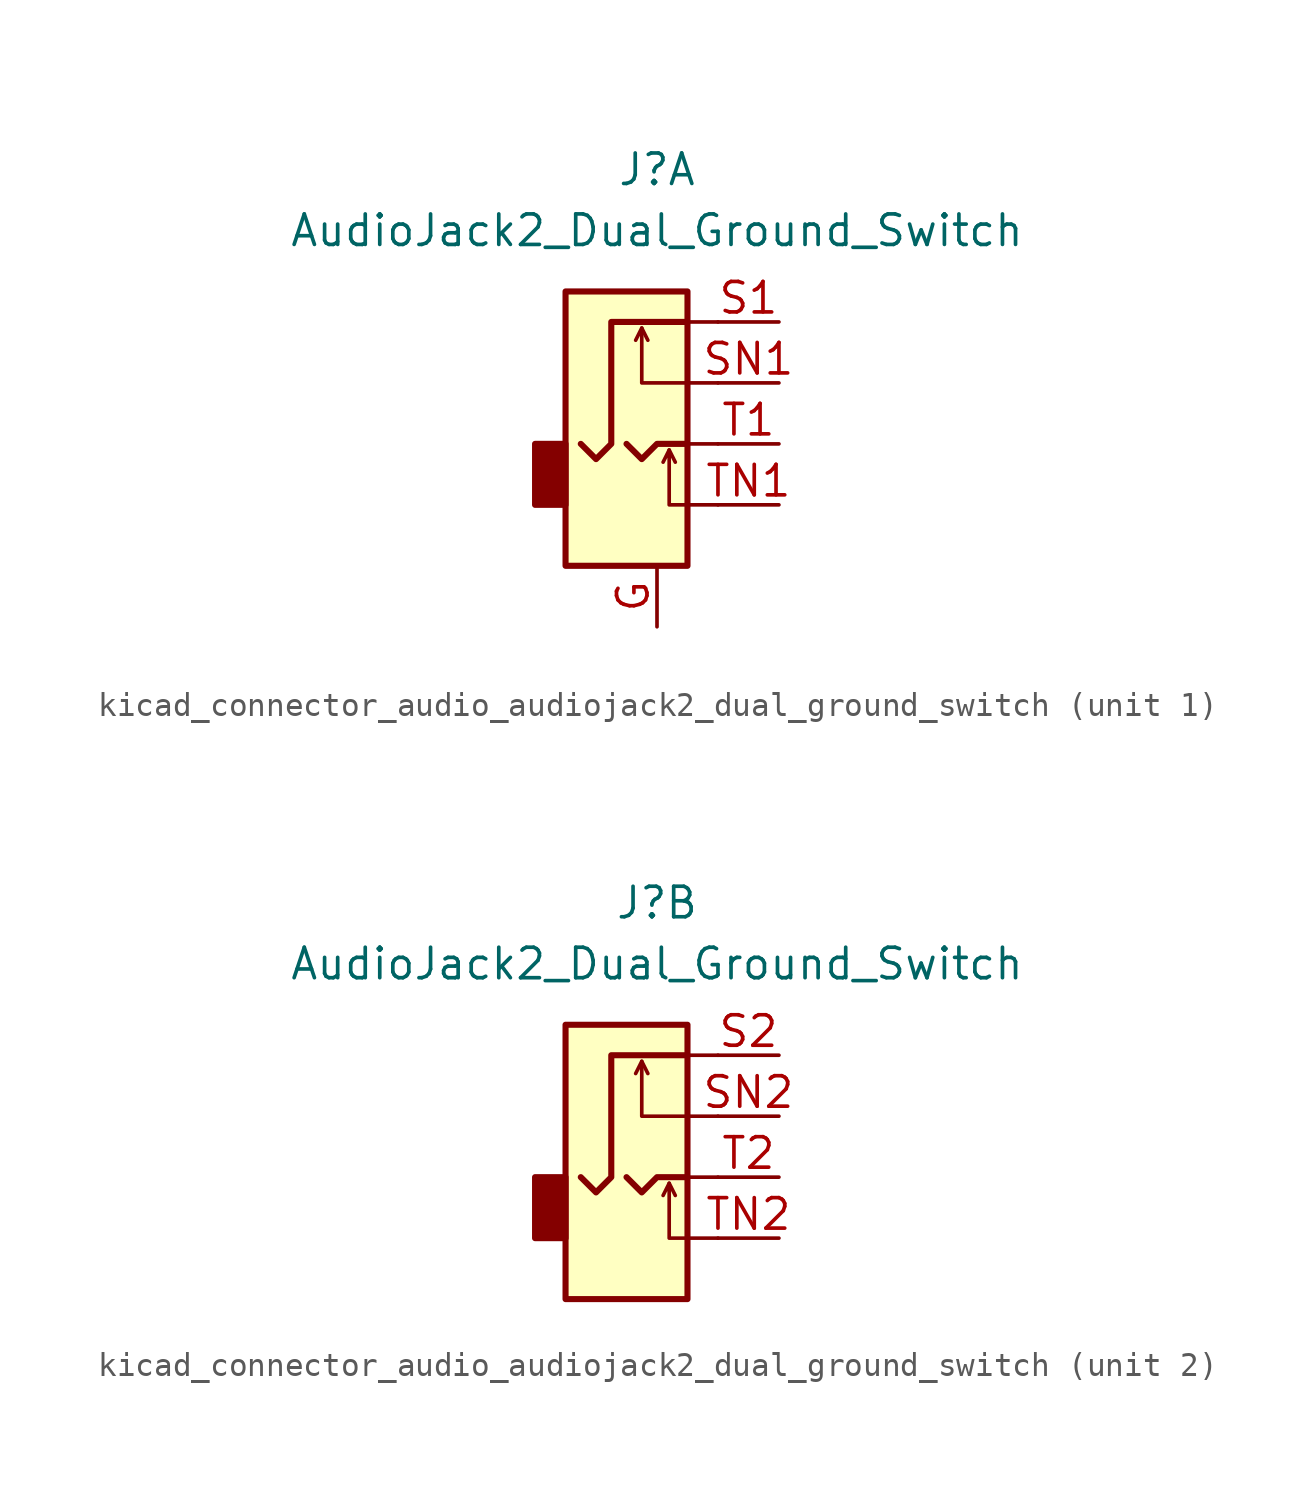
<source format=kicad_sym>
(kicad_symbol_lib
  (version 20220914)
  (generator kicad_symbol_editor)
  (symbol "kicad_connector_audio_audiojack2_dual_ground_switch"
    (property "Reference" "J"
      (at 0 11.43 0)
      (effects (font (size 1.27 1.27))))
    (property "Value" "AudioJack2_Dual_Ground_Switch"
      (at 0 8.89 0)
      (effects (font (size 1.27 1.27))))
    (symbol "kicad_connector_audio_audiojack2_dual_ground_switch_0_1"
      (rectangle (start -5.08 0) (end -3.81 -2.54) (stroke (width 0.254) (type default)) (fill (type outline)))
      (polyline (pts (xy -0.635 4.826) (xy -0.381 4.318)) (stroke (width 0) (type default)) (fill (type none)))
      (polyline (pts (xy 0.508 -0.254) (xy 0.762 -0.762)) (stroke (width 0) (type default)) (fill (type none)))
      (polyline (pts (xy 1.27 -2.54) (xy 2.54 -2.54)) (stroke (width 0) (type default)) (fill (type none)))
      (polyline (pts (xy 1.27 2.54) (xy 2.54 2.54)) (stroke (width 0) (type default)) (fill (type none)))
      (polyline (pts (xy 2.54 0) (xy 1.27 0)) (stroke (width 0) (type default)) (fill (type none)))
      (polyline (pts (xy 2.54 5.08) (xy 1.27 5.08)) (stroke (width 0) (type default)) (fill (type none)))
      (polyline (pts (xy -1.27 0) (xy -0.635 -0.635) (xy 0 0) (xy 1.27 0)) (stroke (width 0.254) (type default)) (fill (type none)))
      (polyline (pts (xy 1.27 -2.54) (xy 0.508 -2.54) (xy 0.508 -0.254) (xy 0.254 -0.762)) (stroke (width 0) (type default)) (fill (type none)))
      (polyline (pts (xy 1.27 2.54) (xy -0.635 2.54) (xy -0.635 4.826) (xy -0.889 4.318)) (stroke (width 0) (type default)) (fill (type none)))
      (polyline (pts (xy 1.27 5.08) (xy -1.905 5.08) (xy -1.905 0) (xy -2.54 -0.635) (xy -3.175 0)) (stroke (width 0.254) (type default)) (fill (type none)))
      (rectangle (start 1.27 6.35) (end -3.81 -5.08) (stroke (width 0.254) (type default)) (fill (type background))))
    (symbol "kicad_connector_audio_audiojack2_dual_ground_switch_1_1"
      (pin passive line (at 0 -7.62 90) (length 2.54) (name "~" (effects (font (size 1.27 1.27)))) (number "G" (effects (font (size 1.27 1.27)))))
      (pin passive line (at 5.08 5.08 180) (length 2.54) (name "~" (effects (font (size 1.27 1.27)))) (number "S1" (effects (font (size 1.27 1.27)))))
      (pin passive line (at 5.08 2.54 180) (length 2.54) (name "~" (effects (font (size 1.27 1.27)))) (number "SN1" (effects (font (size 1.27 1.27)))))
      (pin passive line (at 5.08 0 180) (length 2.54) (name "~" (effects (font (size 1.27 1.27)))) (number "T1" (effects (font (size 1.27 1.27)))))
      (pin passive line (at 5.08 -2.54 180) (length 2.54) (name "~" (effects (font (size 1.27 1.27)))) (number "TN1" (effects (font (size 1.27 1.27))))))
    (symbol "kicad_connector_audio_audiojack2_dual_ground_switch_2_1"
      (pin passive line (at 5.08 5.08 180) (length 2.54) (name "~" (effects (font (size 1.27 1.27)))) (number "S2" (effects (font (size 1.27 1.27)))))
      (pin passive line (at 5.08 2.54 180) (length 2.54) (name "~" (effects (font (size 1.27 1.27)))) (number "SN2" (effects (font (size 1.27 1.27)))))
      (pin passive line (at 5.08 0 180) (length 2.54) (name "~" (effects (font (size 1.27 1.27)))) (number "T2" (effects (font (size 1.27 1.27)))))
      (pin passive line (at 5.08 -2.54 180) (length 2.54) (name "~" (effects (font (size 1.27 1.27)))) (number "TN2" (effects (font (size 1.27 1.27))))))))
</source>
